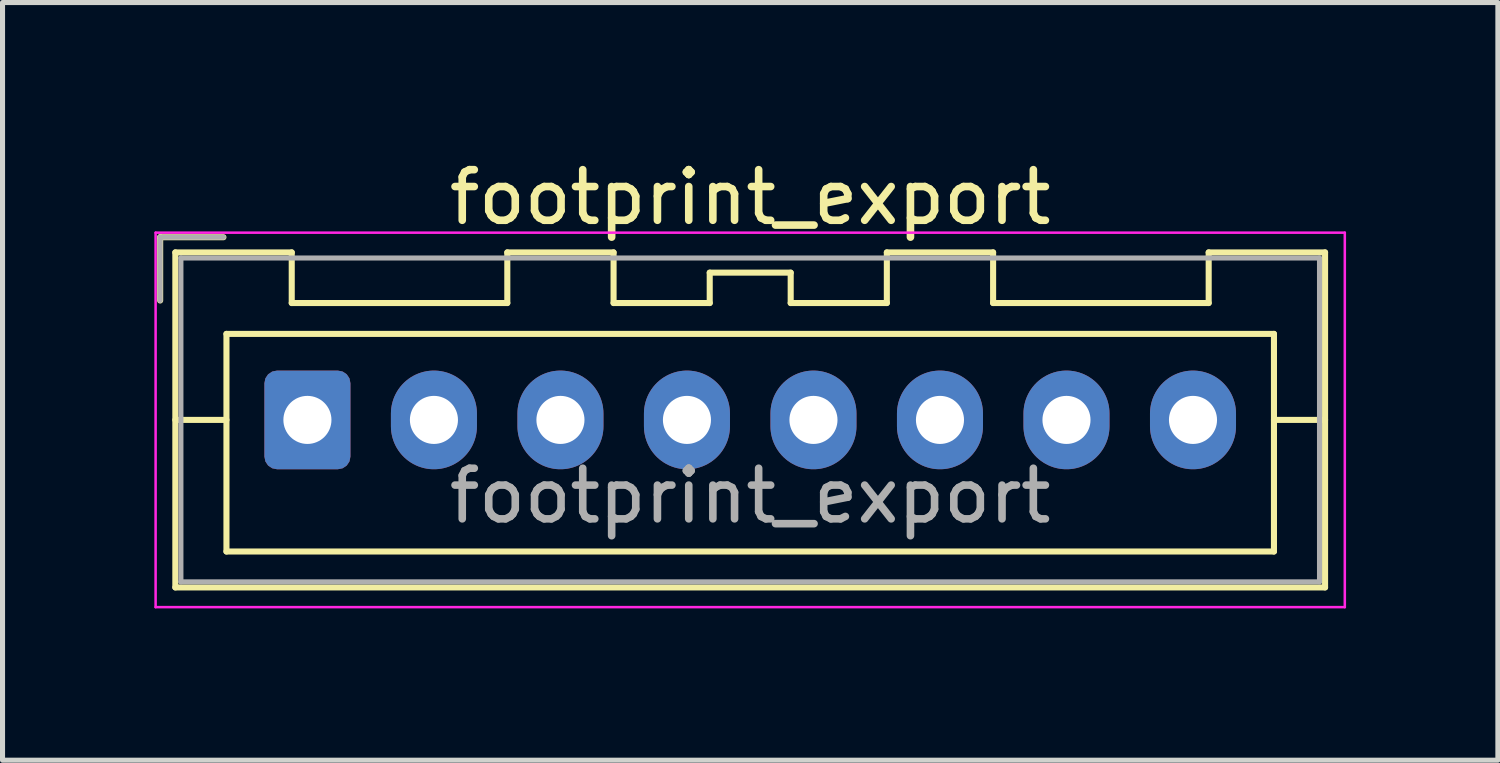
<source format=kicad_pcb>
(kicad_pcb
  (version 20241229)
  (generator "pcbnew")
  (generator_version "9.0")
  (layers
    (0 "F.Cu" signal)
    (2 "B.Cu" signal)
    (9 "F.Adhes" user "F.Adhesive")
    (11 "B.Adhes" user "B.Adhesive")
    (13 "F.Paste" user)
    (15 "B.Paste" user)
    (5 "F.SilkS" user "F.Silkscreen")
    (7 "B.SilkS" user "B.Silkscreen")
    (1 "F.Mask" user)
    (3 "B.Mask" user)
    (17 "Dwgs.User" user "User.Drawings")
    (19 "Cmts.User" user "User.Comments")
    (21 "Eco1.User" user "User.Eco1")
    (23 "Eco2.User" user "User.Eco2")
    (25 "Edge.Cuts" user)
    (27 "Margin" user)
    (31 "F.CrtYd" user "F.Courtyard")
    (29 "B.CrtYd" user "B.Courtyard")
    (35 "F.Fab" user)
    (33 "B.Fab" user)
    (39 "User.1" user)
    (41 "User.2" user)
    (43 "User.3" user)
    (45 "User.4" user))
  (footprint "footprint_export"
    (layer "F.Cu")
    (at 3.025 5.248)
    (property "Reference" "footprint_export" (at 8.75 -4.4 0) (layer "F.SilkS") (effects (font (size 1 1) (thickness 0.15))))
    (attr through_hole)
    (fp_line (start -2.91 -3.61) (end -2.91 -2.36) (stroke (width 0.12) (type solid)) (layer "F.SilkS"))
    (fp_line (start -2.61 -3.31) (end -2.61 3.31) (stroke (width 0.12) (type solid)) (layer "F.SilkS"))
    (fp_line (start -2.61 0) (end -1.6 0) (stroke (width 0.12) (type solid)) (layer "F.SilkS"))
    (fp_line (start -2.61 3.31) (end 20.11 3.31) (stroke (width 0.12) (type solid)) (layer "F.SilkS"))
    (fp_line (start -1.66 -3.61) (end -2.91 -3.61) (stroke (width 0.12) (type solid)) (layer "F.SilkS"))
    (fp_line (start -1.6 -1.7) (end -1.6 2.6) (stroke (width 0.12) (type solid)) (layer "F.SilkS"))
    (fp_line (start -1.6 2.6) (end 19.1 2.6) (stroke (width 0.12) (type solid)) (layer "F.SilkS"))
    (fp_line (start -0.31 -3.31) (end -2.61 -3.31) (stroke (width 0.12) (type solid)) (layer "F.SilkS"))
    (fp_line (start -0.31 -2.31) (end -0.31 -3.31) (stroke (width 0.12) (type solid)) (layer "F.SilkS"))
    (fp_line (start 3.95 -3.31) (end 3.95 -2.31) (stroke (width 0.12) (type solid)) (layer "F.SilkS"))
    (fp_line (start 3.95 -2.31) (end -0.31 -2.31) (stroke (width 0.12) (type solid)) (layer "F.SilkS"))
    (fp_line (start 6.05 -3.31) (end 3.95 -3.31) (stroke (width 0.12) (type solid)) (layer "F.SilkS"))
    (fp_line (start 6.05 -2.31) (end 6.05 -3.31) (stroke (width 0.12) (type solid)) (layer "F.SilkS"))
    (fp_line (start 7.95 -2.91) (end 7.95 -2.31) (stroke (width 0.12) (type solid)) (layer "F.SilkS"))
    (fp_line (start 7.95 -2.31) (end 6.05 -2.31) (stroke (width 0.12) (type solid)) (layer "F.SilkS"))
    (fp_line (start 9.55 -2.91) (end 7.95 -2.91) (stroke (width 0.12) (type solid)) (layer "F.SilkS"))
    (fp_line (start 9.55 -2.31) (end 9.55 -2.91) (stroke (width 0.12) (type solid)) (layer "F.SilkS"))
    (fp_line (start 11.45 -3.31) (end 11.45 -2.31) (stroke (width 0.12) (type solid)) (layer "F.SilkS"))
    (fp_line (start 11.45 -2.31) (end 9.55 -2.31) (stroke (width 0.12) (type solid)) (layer "F.SilkS"))
    (fp_line (start 13.55 -3.31) (end 11.45 -3.31) (stroke (width 0.12) (type solid)) (layer "F.SilkS"))
    (fp_line (start 13.55 -2.31) (end 13.55 -3.31) (stroke (width 0.12) (type solid)) (layer "F.SilkS"))
    (fp_line (start 17.81 -3.31) (end 17.81 -2.31) (stroke (width 0.12) (type solid)) (layer "F.SilkS"))
    (fp_line (start 17.81 -2.31) (end 13.55 -2.31) (stroke (width 0.12) (type solid)) (layer "F.SilkS"))
    (fp_line (start 19.1 -1.7) (end -1.6 -1.7) (stroke (width 0.12) (type solid)) (layer "F.SilkS"))
    (fp_line (start 19.1 2.6) (end 19.1 -1.7) (stroke (width 0.12) (type solid)) (layer "F.SilkS"))
    (fp_line (start 20.11 -3.31) (end 17.81 -3.31) (stroke (width 0.12) (type solid)) (layer "F.SilkS"))
    (fp_line (start 20.11 0) (end 19.1 0) (stroke (width 0.12) (type solid)) (layer "F.SilkS"))
    (fp_line (start 20.11 3.31) (end 20.11 -3.31) (stroke (width 0.12) (type solid)) (layer "F.SilkS"))
    (fp_line (start -3 -3.7) (end -3 3.7) (stroke (width 0.05) (type solid)) (layer "F.CrtYd"))
    (fp_line (start -3 3.7) (end 20.5 3.7) (stroke (width 0.05) (type solid)) (layer "F.CrtYd"))
    (fp_line (start 20.5 -3.7) (end -3 -3.7) (stroke (width 0.05) (type solid)) (layer "F.CrtYd"))
    (fp_line (start 20.5 3.7) (end 20.5 -3.7) (stroke (width 0.05) (type solid)) (layer "F.CrtYd"))
    (fp_line (start -2.91 -3.61) (end -2.91 -2.36) (stroke (width 0.1) (type solid)) (layer "F.Fab"))
    (fp_line (start -2.5 -3.2) (end -2.5 3.2) (stroke (width 0.1) (type solid)) (layer "F.Fab"))
    (fp_line (start -2.5 3.2) (end 20 3.2) (stroke (width 0.1) (type solid)) (layer "F.Fab"))
    (fp_line (start -1.66 -3.61) (end -2.91 -3.61) (stroke (width 0.1) (type solid)) (layer "F.Fab"))
    (fp_line (start 20 -3.2) (end -2.5 -3.2) (stroke (width 0.1) (type solid)) (layer "F.Fab"))
    (fp_line (start 20 3.2) (end 20 -3.2) (stroke (width 0.1) (type solid)) (layer "F.Fab"))
    (fp_text user "${REFERENCE}" (at 8.75 1.5 0) (layer "F.Fab") (effects (font (size 1 1) (thickness 0.15))))
    (pad "1" thru_hole roundrect (at 0 0) (size 1.7 1.95) (drill 0.95) (layers "*.Cu" "*.Mask") (roundrect_rratio 0.147))
    (pad "2" thru_hole oval (at 2.5 0) (size 1.7 1.95) (drill 0.95) (layers "*.Cu" "*.Mask"))
    (pad "3" thru_hole oval (at 5 0) (size 1.7 1.95) (drill 0.95) (layers "*.Cu" "*.Mask"))
    (pad "4" thru_hole oval (at 7.5 0) (size 1.7 1.95) (drill 0.95) (layers "*.Cu" "*.Mask"))
    (pad "5" thru_hole oval (at 10 0) (size 1.7 1.95) (drill 0.95) (layers "*.Cu" "*.Mask"))
    (pad "6" thru_hole oval (at 12.5 0) (size 1.7 1.95) (drill 0.95) (layers "*.Cu" "*.Mask"))
    (pad "7" thru_hole oval (at 15 0) (size 1.7 1.95) (drill 0.95) (layers "*.Cu" "*.Mask"))
    (pad "8" thru_hole oval (at 17.5 0) (size 1.7 1.95) (drill 0.95) (layers "*.Cu" "*.Mask")))
  (gr_rect
    (start -3 -3)
    (end 26.55 11.973)
    (stroke (width 0.1) (type default))
    (fill no)
    (layer "Edge.Cuts")))
</source>
